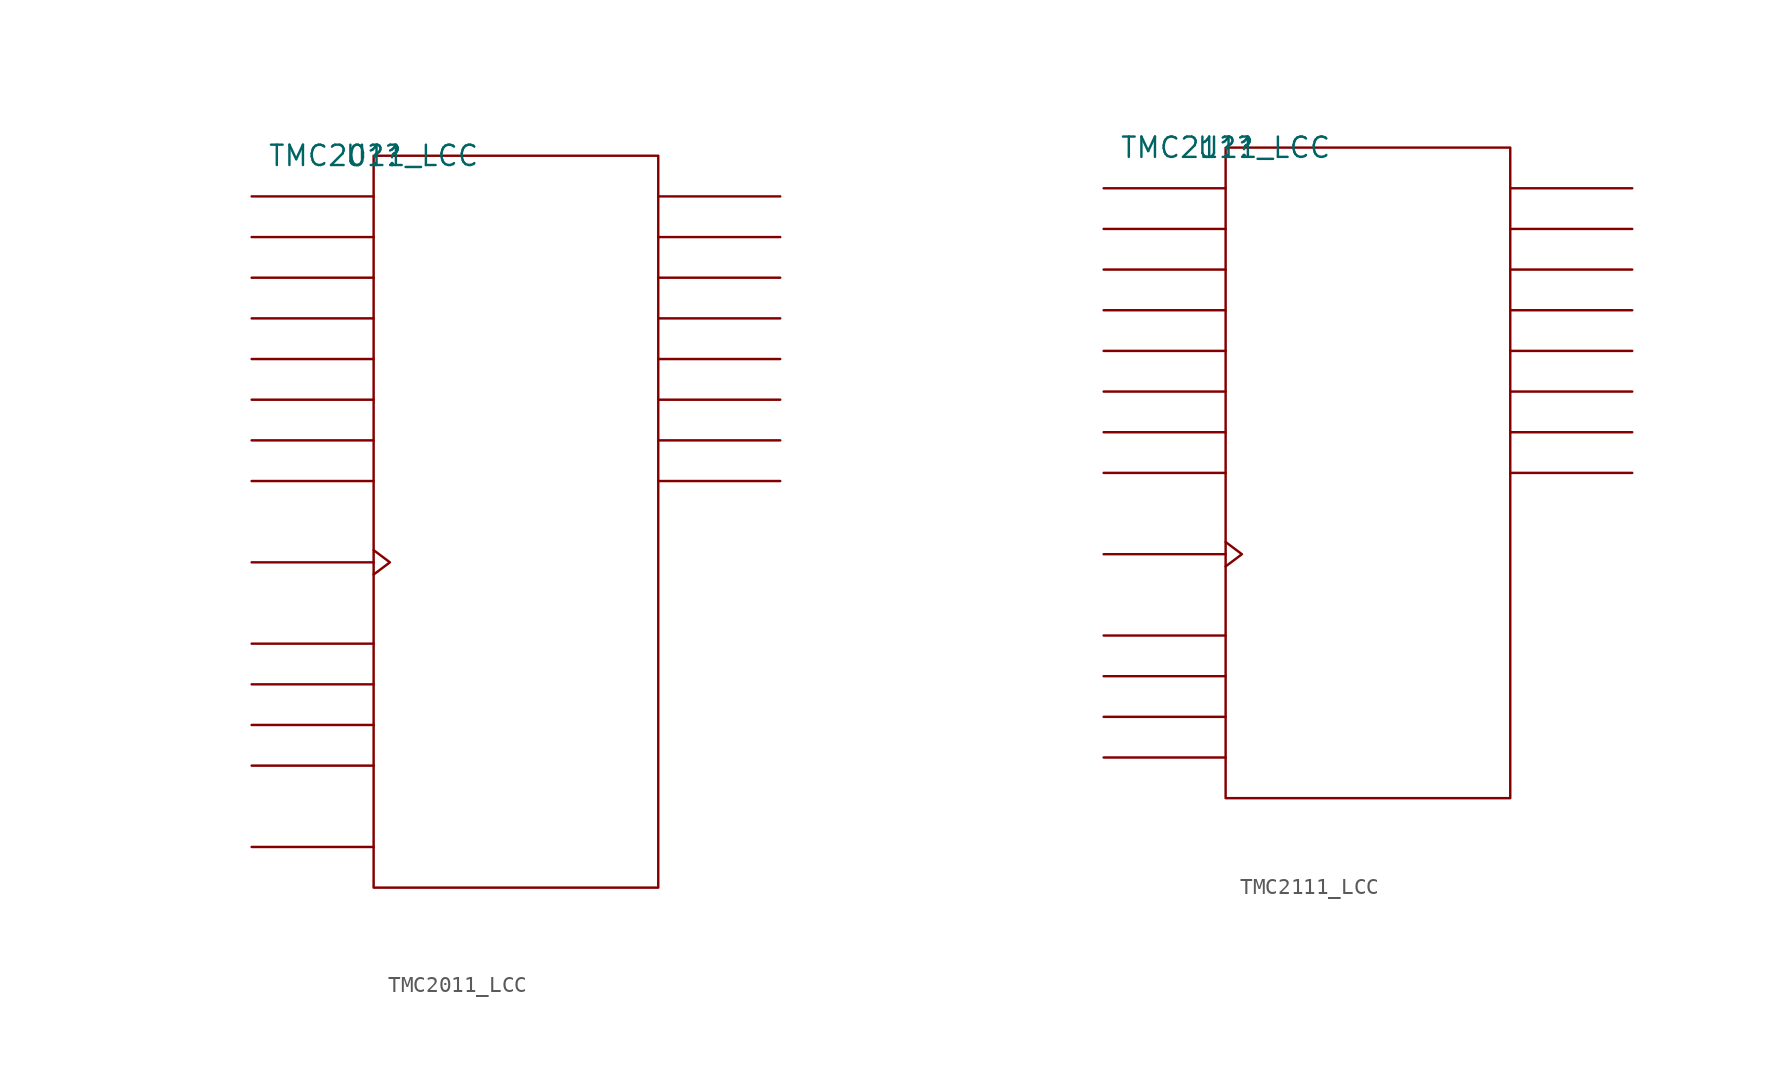
<source format=kicad_sym>
(kicad_symbol_lib
  (version 20211014)
  (generator kicad_symbol_editor)
  (symbol "TMC2011_LCC"
    (pin_names
      (offset 0.762))
    (property "Reference" "U?"
      (at 0 0 0)
      (effects (font (size 1.27 1.27))))
    (property "Value" "TMC2011_LCC"
      (at 0 0 0)
      (effects (font (size 1.27 1.27))))
    (symbol "TMC2011_LCC_0_1"
      (rectangle (start 0 -45.72) (end 17.78 0) (stroke (width 0) (type default) (color 0 0 0 0)) (fill (type none)))
      (polyline (pts (xy 0 -43.18) (xy -7.62 -43.18)) (stroke (width 0) (type default) (color 0 0 0 0)) (fill (type none)))
      (polyline (pts (xy 0 -38.1) (xy -7.62 -38.1)) (stroke (width 0) (type default) (color 0 0 0 0)) (fill (type none)))
      (polyline (pts (xy 0 -35.56) (xy -7.62 -35.56)) (stroke (width 0) (type default) (color 0 0 0 0)) (fill (type none)))
      (polyline (pts (xy 0 -33.02) (xy -7.62 -33.02)) (stroke (width 0) (type default) (color 0 0 0 0)) (fill (type none)))
      (polyline (pts (xy 0 -30.48) (xy -7.62 -30.48)) (stroke (width 0) (type default) (color 0 0 0 0)) (fill (type none)))
      (polyline (pts (xy 0 -25.4) (xy -7.62 -25.4)) (stroke (width 0) (type default) (color 0 0 0 0)) (fill (type none)))
      (polyline (pts (xy 0 -20.32) (xy -7.62 -20.32)) (stroke (width 0) (type default) (color 0 0 0 0)) (fill (type none)))
      (polyline (pts (xy 0 -17.78) (xy -7.62 -17.78)) (stroke (width 0) (type default) (color 0 0 0 0)) (fill (type none)))
      (polyline (pts (xy 0 -15.24) (xy -7.62 -15.24)) (stroke (width 0) (type default) (color 0 0 0 0)) (fill (type none)))
      (polyline (pts (xy 0 -12.7) (xy -7.62 -12.7)) (stroke (width 0) (type default) (color 0 0 0 0)) (fill (type none)))
      (polyline (pts (xy 0 -10.16) (xy -7.62 -10.16)) (stroke (width 0) (type default) (color 0 0 0 0)) (fill (type none)))
      (polyline (pts (xy 0 -7.62) (xy -7.62 -7.62)) (stroke (width 0) (type default) (color 0 0 0 0)) (fill (type none)))
      (polyline (pts (xy 0 -5.08) (xy -7.62 -5.08)) (stroke (width 0) (type default) (color 0 0 0 0)) (fill (type none)))
      (polyline (pts (xy 0 -2.54) (xy -7.62 -2.54)) (stroke (width 0) (type default) (color 0 0 0 0)) (fill (type none)))
      (polyline (pts (xy 17.78 -20.32) (xy 25.4 -20.32)) (stroke (width 0) (type default) (color 0 0 0 0)) (fill (type none)))
      (polyline (pts (xy 17.78 -17.78) (xy 25.4 -17.78)) (stroke (width 0) (type default) (color 0 0 0 0)) (fill (type none)))
      (polyline (pts (xy 17.78 -15.24) (xy 25.4 -15.24)) (stroke (width 0) (type default) (color 0 0 0 0)) (fill (type none)))
      (polyline (pts (xy 17.78 -12.7) (xy 25.4 -12.7)) (stroke (width 0) (type default) (color 0 0 0 0)) (fill (type none)))
      (polyline (pts (xy 17.78 -10.16) (xy 25.4 -10.16)) (stroke (width 0) (type default) (color 0 0 0 0)) (fill (type none)))
      (polyline (pts (xy 17.78 -7.62) (xy 25.4 -7.62)) (stroke (width 0) (type default) (color 0 0 0 0)) (fill (type none)))
      (polyline (pts (xy 17.78 -5.08) (xy 25.4 -5.08)) (stroke (width 0) (type default) (color 0 0 0 0)) (fill (type none)))
      (polyline (pts (xy 17.78 -2.54) (xy 25.4 -2.54)) (stroke (width 0) (type default) (color 0 0 0 0)) (fill (type none)))
      (polyline (pts (xy 0 -24.638) (xy 1.016 -25.4) (xy 0 -26.162)) (stroke (width 0) (type default) (color 0 0 0 0)) (fill (type none))))
    (symbol "TMC2011_LCC_1_1"
      (pin unspecified line (at 25.4 -2.54 180) (length 7.62) hide (name "DO0" (effects (font (size 1.245 1.245)))) (number "1" (effects (font (size 1.245 1.245)))))
      (pin unspecified line (at -7.62 -12.7 0) (length 7.62) hide (name "DI4" (effects (font (size 1.245 1.245)))) (number "10" (effects (font (size 1.245 1.245)))))
      (pin unspecified line (at -7.62 -15.24 0) (length 7.62) hide (name "DI5" (effects (font (size 1.245 1.245)))) (number "12" (effects (font (size 1.245 1.245)))))
      (pin unspecified line (at -7.62 -17.78 0) (length 7.62) hide (name "DI6" (effects (font (size 1.245 1.245)))) (number "13" (effects (font (size 1.245 1.245)))))
      (pin unspecified line (at -7.62 -20.32 0) (length 7.62) hide (name "DI7" (effects (font (size 1.245 1.245)))) (number "14" (effects (font (size 1.245 1.245)))))
      (pin unspecified line (at 25.4 -20.32 180) (length 7.62) hide (name "DO7" (effects (font (size 1.245 1.245)))) (number "15" (effects (font (size 1.245 1.245)))))
      (pin unspecified line (at 25.4 -17.78 180) (length 7.62) hide (name "DO6" (effects (font (size 1.245 1.245)))) (number "16" (effects (font (size 1.245 1.245)))))
      (pin unspecified line (at 25.4 -15.24 180) (length 7.62) hide (name "DO5" (effects (font (size 1.245 1.245)))) (number "17" (effects (font (size 1.245 1.245)))))
      (pin unspecified line (at 25.4 -12.7 180) (length 7.62) hide (name "DO4" (effects (font (size 1.245 1.245)))) (number "18" (effects (font (size 1.245 1.245)))))
      (pin unspecified line (at -7.62 -2.54 0) (length 7.62) hide (name "DI0" (effects (font (size 1.245 1.245)))) (number "2" (effects (font (size 1.245 1.245)))))
      (pin unspecified line (at -7.62 -43.18 0) (length 7.62) hide (name "MC" (effects (font (size 1.245 1.245)))) (number "20" (effects (font (size 1.245 1.245)))))
      (pin power_in line (at 7.62 -45.72 0) (length 7.62) hide (name "GND" (effects (font (size 1.245 1.245)))) (number "21" (effects (font (size 1.245 1.245)))))
      (pin power_in line (at 10.16 -45.72 0) (length 7.62) hide (name "GND" (effects (font (size 1.245 1.245)))) (number "22" (effects (font (size 1.245 1.245)))))
      (pin unspecified line (at -7.62 -38.1 0) (length 7.62) hide (name "L3" (effects (font (size 1.245 1.245)))) (number "23" (effects (font (size 1.245 1.245)))))
      (pin unspecified line (at -7.62 -35.56 0) (length 7.62) hide (name "L2" (effects (font (size 1.245 1.245)))) (number "24" (effects (font (size 1.245 1.245)))))
      (pin unspecified line (at 25.4 -10.16 180) (length 7.62) hide (name "DO3" (effects (font (size 1.245 1.245)))) (number "26" (effects (font (size 1.245 1.245)))))
      (pin unspecified line (at 25.4 -7.62 180) (length 7.62) hide (name "DO2" (effects (font (size 1.245 1.245)))) (number "27" (effects (font (size 1.245 1.245)))))
      (pin unspecified line (at 25.4 -5.08 180) (length 7.62) hide (name "DO1" (effects (font (size 1.245 1.245)))) (number "28" (effects (font (size 1.245 1.245)))))
      (pin unspecified line (at -7.62 -5.08 0) (length 7.62) hide (name "DI1" (effects (font (size 1.245 1.245)))) (number "3" (effects (font (size 1.245 1.245)))))
      (pin unspecified line (at -7.62 -7.62 0) (length 7.62) hide (name "DI2" (effects (font (size 1.245 1.245)))) (number "4" (effects (font (size 1.245 1.245)))))
      (pin unspecified line (at -7.62 -10.16 0) (length 7.62) hide (name "DI3" (effects (font (size 1.245 1.245)))) (number "5" (effects (font (size 1.245 1.245)))))
      (pin unspecified line (at -7.62 -30.48 0) (length 7.62) hide (name "L0" (effects (font (size 1.245 1.245)))) (number "6" (effects (font (size 1.245 1.245)))))
      (pin unspecified line (at -7.62 -33.02 0) (length 7.62) hide (name "L1" (effects (font (size 1.245 1.245)))) (number "7" (effects (font (size 1.245 1.245)))))
      (pin power_in line (at 7.62 0 0) (length 7.62) hide (name "VCC" (effects (font (size 1.245 1.245)))) (number "8" (effects (font (size 1.245 1.245)))))
      (pin unspecified line (at -7.62 -25.4 180) (length 7.62) hide (name "CLK" (effects (font (size 1.245 1.245)))) (number "9" (effects (font (size 1.245 1.245)))))))
  (symbol "TMC2111_LCC"
    (pin_names
      (offset 0.762))
    (property "Reference" "U?"
      (at 0 0 0)
      (effects (font (size 1.27 1.27))))
    (property "Value" "TMC2111_LCC"
      (at 0 0 0)
      (effects (font (size 1.27 1.27))))
    (symbol "TMC2111_LCC_0_1"
      (rectangle (start 0 -40.64) (end 17.78 0) (stroke (width 0) (type default) (color 0 0 0 0)) (fill (type none)))
      (polyline (pts (xy 0 -38.1) (xy -7.62 -38.1)) (stroke (width 0) (type default) (color 0 0 0 0)) (fill (type none)))
      (polyline (pts (xy 0 -35.56) (xy -7.62 -35.56)) (stroke (width 0) (type default) (color 0 0 0 0)) (fill (type none)))
      (polyline (pts (xy 0 -33.02) (xy -7.62 -33.02)) (stroke (width 0) (type default) (color 0 0 0 0)) (fill (type none)))
      (polyline (pts (xy 0 -30.48) (xy -7.62 -30.48)) (stroke (width 0) (type default) (color 0 0 0 0)) (fill (type none)))
      (polyline (pts (xy 0 -25.4) (xy -7.62 -25.4)) (stroke (width 0) (type default) (color 0 0 0 0)) (fill (type none)))
      (polyline (pts (xy 0 -20.32) (xy -7.62 -20.32)) (stroke (width 0) (type default) (color 0 0 0 0)) (fill (type none)))
      (polyline (pts (xy 0 -17.78) (xy -7.62 -17.78)) (stroke (width 0) (type default) (color 0 0 0 0)) (fill (type none)))
      (polyline (pts (xy 0 -15.24) (xy -7.62 -15.24)) (stroke (width 0) (type default) (color 0 0 0 0)) (fill (type none)))
      (polyline (pts (xy 0 -12.7) (xy -7.62 -12.7)) (stroke (width 0) (type default) (color 0 0 0 0)) (fill (type none)))
      (polyline (pts (xy 0 -10.16) (xy -7.62 -10.16)) (stroke (width 0) (type default) (color 0 0 0 0)) (fill (type none)))
      (polyline (pts (xy 0 -7.62) (xy -7.62 -7.62)) (stroke (width 0) (type default) (color 0 0 0 0)) (fill (type none)))
      (polyline (pts (xy 0 -5.08) (xy -7.62 -5.08)) (stroke (width 0) (type default) (color 0 0 0 0)) (fill (type none)))
      (polyline (pts (xy 0 -2.54) (xy -7.62 -2.54)) (stroke (width 0) (type default) (color 0 0 0 0)) (fill (type none)))
      (polyline (pts (xy 17.78 -20.32) (xy 25.4 -20.32)) (stroke (width 0) (type default) (color 0 0 0 0)) (fill (type none)))
      (polyline (pts (xy 17.78 -17.78) (xy 25.4 -17.78)) (stroke (width 0) (type default) (color 0 0 0 0)) (fill (type none)))
      (polyline (pts (xy 17.78 -15.24) (xy 25.4 -15.24)) (stroke (width 0) (type default) (color 0 0 0 0)) (fill (type none)))
      (polyline (pts (xy 17.78 -12.7) (xy 25.4 -12.7)) (stroke (width 0) (type default) (color 0 0 0 0)) (fill (type none)))
      (polyline (pts (xy 17.78 -10.16) (xy 25.4 -10.16)) (stroke (width 0) (type default) (color 0 0 0 0)) (fill (type none)))
      (polyline (pts (xy 17.78 -7.62) (xy 25.4 -7.62)) (stroke (width 0) (type default) (color 0 0 0 0)) (fill (type none)))
      (polyline (pts (xy 17.78 -5.08) (xy 25.4 -5.08)) (stroke (width 0) (type default) (color 0 0 0 0)) (fill (type none)))
      (polyline (pts (xy 17.78 -2.54) (xy 25.4 -2.54)) (stroke (width 0) (type default) (color 0 0 0 0)) (fill (type none)))
      (polyline (pts (xy 0 -24.638) (xy 1.016 -25.4) (xy 0 -26.162)) (stroke (width 0) (type default) (color 0 0 0 0)) (fill (type none))))
    (symbol "TMC2111_LCC_1_1"
      (pin unspecified line (at 25.4 -2.54 180) (length 7.62) hide (name "DO0" (effects (font (size 1.245 1.245)))) (number "1" (effects (font (size 1.245 1.245)))))
      (pin unspecified line (at -7.62 -12.7 0) (length 7.62) hide (name "DI4" (effects (font (size 1.245 1.245)))) (number "10" (effects (font (size 1.245 1.245)))))
      (pin unspecified line (at -7.62 -15.24 0) (length 7.62) hide (name "DI5" (effects (font (size 1.245 1.245)))) (number "12" (effects (font (size 1.245 1.245)))))
      (pin unspecified line (at -7.62 -17.78 0) (length 7.62) hide (name "DI6" (effects (font (size 1.245 1.245)))) (number "13" (effects (font (size 1.245 1.245)))))
      (pin unspecified line (at -7.62 -20.32 0) (length 7.62) hide (name "DI7" (effects (font (size 1.245 1.245)))) (number "14" (effects (font (size 1.245 1.245)))))
      (pin unspecified line (at 25.4 -20.32 180) (length 7.62) hide (name "DO7" (effects (font (size 1.245 1.245)))) (number "15" (effects (font (size 1.245 1.245)))))
      (pin unspecified line (at 25.4 -17.78 180) (length 7.62) hide (name "DO6" (effects (font (size 1.245 1.245)))) (number "16" (effects (font (size 1.245 1.245)))))
      (pin unspecified line (at 25.4 -15.24 180) (length 7.62) hide (name "DO5" (effects (font (size 1.245 1.245)))) (number "17" (effects (font (size 1.245 1.245)))))
      (pin unspecified line (at 25.4 -12.7 180) (length 7.62) hide (name "DO4" (effects (font (size 1.245 1.245)))) (number "18" (effects (font (size 1.245 1.245)))))
      (pin unspecified line (at -7.62 -2.54 0) (length 7.62) hide (name "DI0" (effects (font (size 1.245 1.245)))) (number "2" (effects (font (size 1.245 1.245)))))
      (pin power_in line (at 7.62 -40.64 180) (length 7.62) hide (name "GND" (effects (font (size 1.245 1.245)))) (number "20" (effects (font (size 1.245 1.245)))))
      (pin power_in line (at 10.16 -40.64 180) (length 7.62) hide (name "GND" (effects (font (size 1.245 1.245)))) (number "21" (effects (font (size 1.245 1.245)))))
      (pin power_in line (at 12.7 -40.64 0) (length 7.62) hide (name "GND" (effects (font (size 1.245 1.245)))) (number "22" (effects (font (size 1.245 1.245)))))
      (pin unspecified line (at -7.62 -38.1 0) (length 7.62) hide (name "L3" (effects (font (size 1.245 1.245)))) (number "23" (effects (font (size 1.245 1.245)))))
      (pin unspecified line (at -7.62 -35.56 0) (length 7.62) hide (name "L2" (effects (font (size 1.245 1.245)))) (number "24" (effects (font (size 1.245 1.245)))))
      (pin unspecified line (at 25.4 -10.16 180) (length 7.62) hide (name "DO3" (effects (font (size 1.245 1.245)))) (number "26" (effects (font (size 1.245 1.245)))))
      (pin unspecified line (at 25.4 -7.62 180) (length 7.62) hide (name "DO2" (effects (font (size 1.245 1.245)))) (number "27" (effects (font (size 1.245 1.245)))))
      (pin unspecified line (at 25.4 -5.08 180) (length 7.62) hide (name "DO1" (effects (font (size 1.245 1.245)))) (number "28" (effects (font (size 1.245 1.245)))))
      (pin unspecified line (at -7.62 -5.08 0) (length 7.62) hide (name "DI1" (effects (font (size 1.245 1.245)))) (number "3" (effects (font (size 1.245 1.245)))))
      (pin unspecified line (at -7.62 -7.62 0) (length 7.62) hide (name "DI2" (effects (font (size 1.245 1.245)))) (number "4" (effects (font (size 1.245 1.245)))))
      (pin unspecified line (at -7.62 -10.16 0) (length 7.62) hide (name "DI3" (effects (font (size 1.245 1.245)))) (number "5" (effects (font (size 1.245 1.245)))))
      (pin unspecified line (at -7.62 -30.48 0) (length 7.62) hide (name "L0" (effects (font (size 1.245 1.245)))) (number "6" (effects (font (size 1.245 1.245)))))
      (pin unspecified line (at -7.62 -33.02 0) (length 7.62) hide (name "L1" (effects (font (size 1.245 1.245)))) (number "7" (effects (font (size 1.245 1.245)))))
      (pin power_in line (at 7.62 0 0) (length 7.62) hide (name "VCC" (effects (font (size 1.245 1.245)))) (number "8" (effects (font (size 1.245 1.245)))))
      (pin unspecified line (at -7.62 -25.4 180) (length 7.62) hide (name "CLK" (effects (font (size 1.245 1.245)))) (number "9" (effects (font (size 1.245 1.245))))))))
</source>
